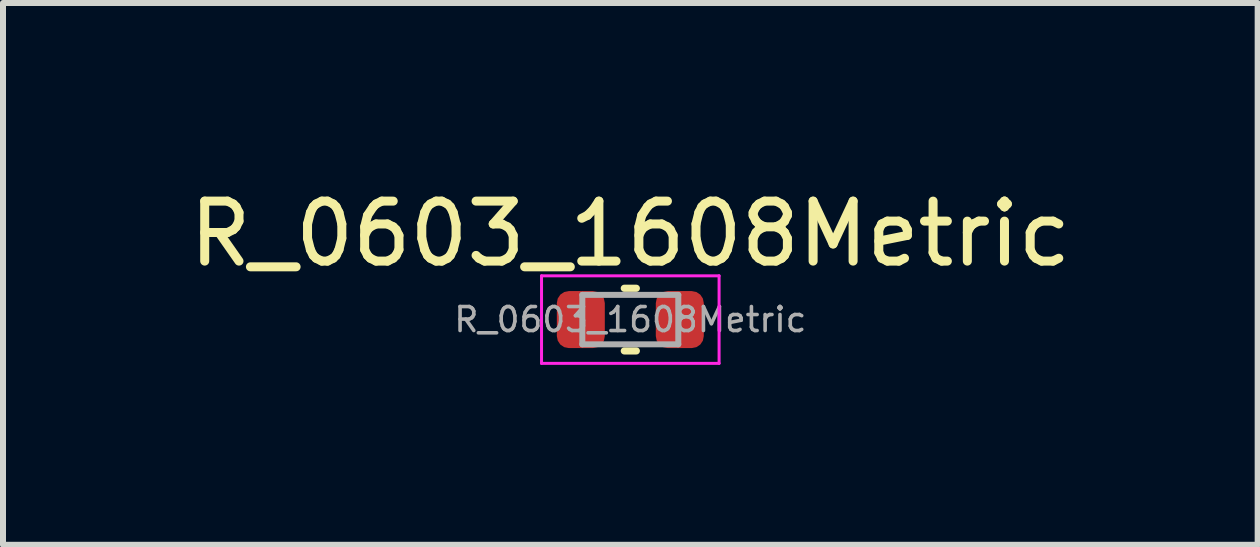
<source format=kicad_pcb>
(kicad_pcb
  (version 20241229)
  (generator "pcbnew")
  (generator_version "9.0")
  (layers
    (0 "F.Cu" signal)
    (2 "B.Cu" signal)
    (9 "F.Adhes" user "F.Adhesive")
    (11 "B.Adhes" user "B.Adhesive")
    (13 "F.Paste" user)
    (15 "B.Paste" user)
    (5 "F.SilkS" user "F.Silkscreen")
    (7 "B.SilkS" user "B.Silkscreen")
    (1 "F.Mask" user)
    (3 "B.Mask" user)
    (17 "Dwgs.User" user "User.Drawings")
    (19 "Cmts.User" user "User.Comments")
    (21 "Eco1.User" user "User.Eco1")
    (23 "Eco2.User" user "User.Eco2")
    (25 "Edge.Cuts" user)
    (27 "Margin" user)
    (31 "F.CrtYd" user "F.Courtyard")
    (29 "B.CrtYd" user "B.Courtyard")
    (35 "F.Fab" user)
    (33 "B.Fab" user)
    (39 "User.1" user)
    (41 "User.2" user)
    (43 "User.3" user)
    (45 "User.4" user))
  (footprint "R_0603_1608Metric"
    (layer "F.Cu")
    (at 7.458 2.278)
    (property "Reference" "R_0603_1608Metric" (at 0 -1.43 0) (layer "F.SilkS") (effects (font (size 1 1) (thickness 0.15))))
    (attr smd)
    (fp_line (start -0.1 -0.522) (end 0.1 -0.522) (stroke (width 0.12) (type solid)) (layer "F.SilkS"))
    (fp_line (start -0.1 0.522) (end 0.1 0.522) (stroke (width 0.12) (type solid)) (layer "F.SilkS"))
    (fp_line (start -1.48 -0.73) (end 1.48 -0.73) (stroke (width 0.05) (type solid)) (layer "F.CrtYd"))
    (fp_line (start -1.48 0.73) (end -1.48 -0.73) (stroke (width 0.05) (type solid)) (layer "F.CrtYd"))
    (fp_line (start 1.48 -0.73) (end 1.48 0.73) (stroke (width 0.05) (type solid)) (layer "F.CrtYd"))
    (fp_line (start 1.48 0.73) (end -1.48 0.73) (stroke (width 0.05) (type solid)) (layer "F.CrtYd"))
    (fp_line (start -0.8 -0.412) (end 0.8 -0.412) (stroke (width 0.1) (type solid)) (layer "F.Fab"))
    (fp_line (start -0.8 0.412) (end -0.8 -0.412) (stroke (width 0.1) (type solid)) (layer "F.Fab"))
    (fp_line (start 0.8 -0.412) (end 0.8 0.412) (stroke (width 0.1) (type solid)) (layer "F.Fab"))
    (fp_line (start 0.8 0.412) (end -0.8 0.412) (stroke (width 0.1) (type solid)) (layer "F.Fab"))
    (fp_text user "${REFERENCE}" (at 0 0 0) (layer "F.Fab") (effects (font (size 0.4 0.4) (thickness 0.06))))
    (pad "1" smd roundrect (at -0.825 0) (size 0.8 0.95) (layers "F.Cu" "F.Mask" "F.Paste") (roundrect_rratio 0.25))
    (pad "2" smd roundrect (at 0.825 0) (size 0.8 0.95) (layers "F.Cu" "F.Mask" "F.Paste") (roundrect_rratio 0.25)))
  (gr_rect
    (start -3 -3)
    (end 17.917 6.033)
    (stroke (width 0.1) (type default))
    (fill no)
    (layer "Edge.Cuts")))
</source>
